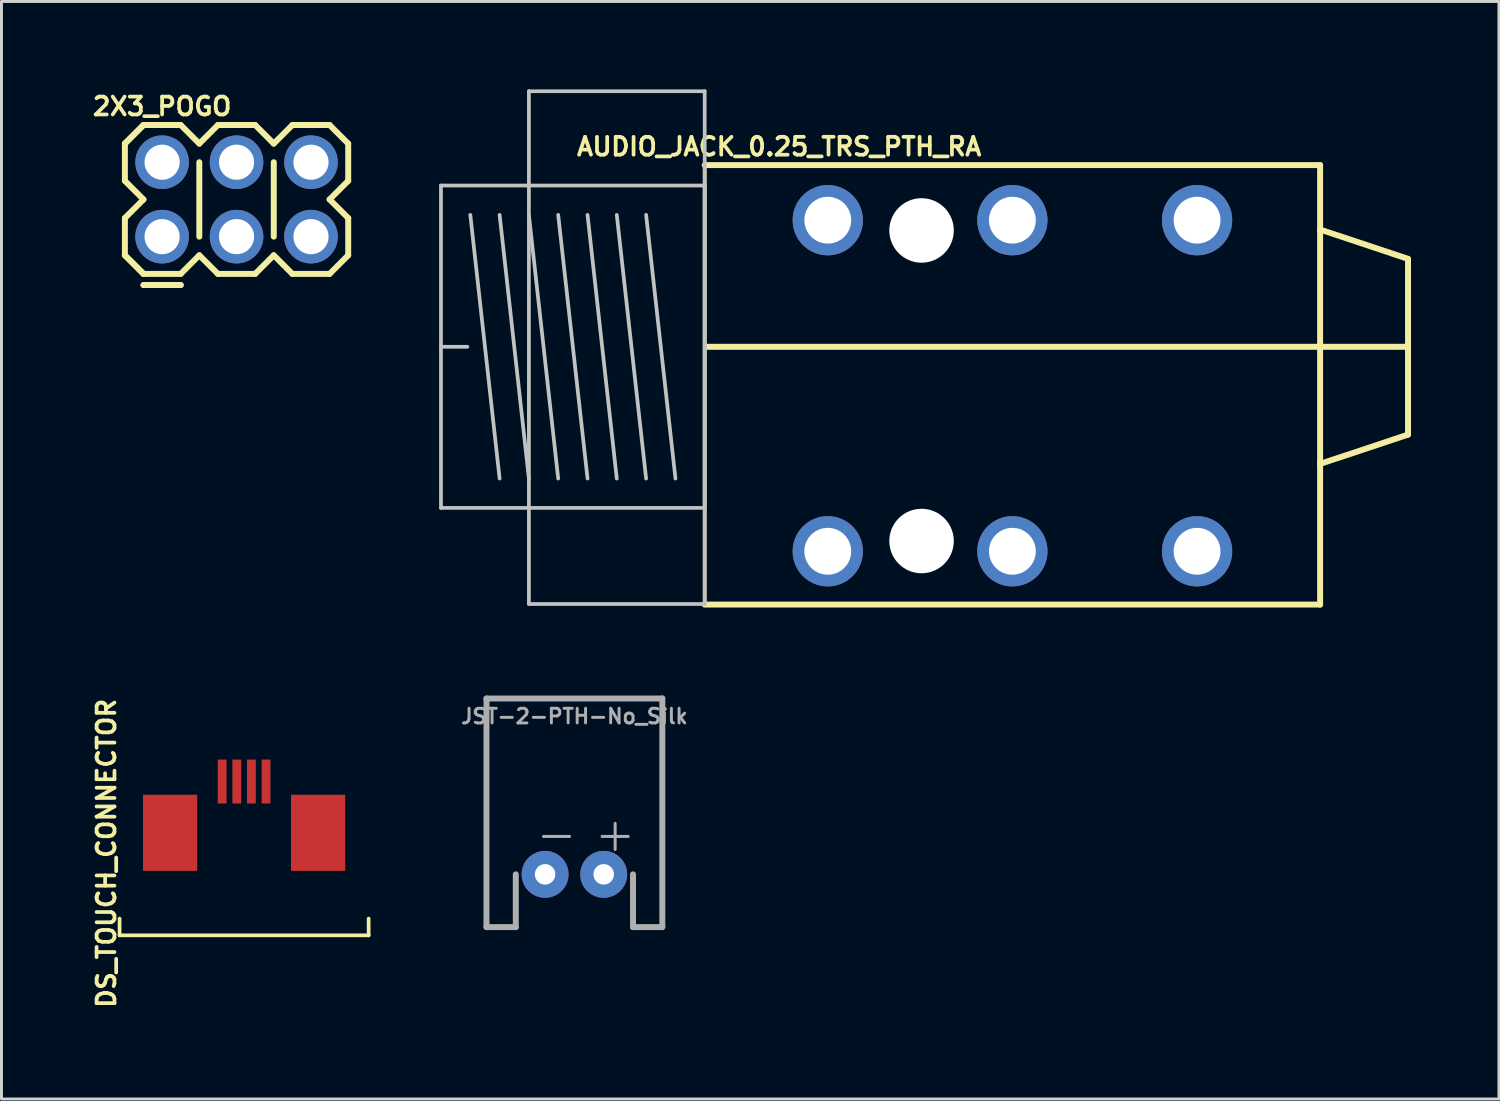
<source format=kicad_pcb>
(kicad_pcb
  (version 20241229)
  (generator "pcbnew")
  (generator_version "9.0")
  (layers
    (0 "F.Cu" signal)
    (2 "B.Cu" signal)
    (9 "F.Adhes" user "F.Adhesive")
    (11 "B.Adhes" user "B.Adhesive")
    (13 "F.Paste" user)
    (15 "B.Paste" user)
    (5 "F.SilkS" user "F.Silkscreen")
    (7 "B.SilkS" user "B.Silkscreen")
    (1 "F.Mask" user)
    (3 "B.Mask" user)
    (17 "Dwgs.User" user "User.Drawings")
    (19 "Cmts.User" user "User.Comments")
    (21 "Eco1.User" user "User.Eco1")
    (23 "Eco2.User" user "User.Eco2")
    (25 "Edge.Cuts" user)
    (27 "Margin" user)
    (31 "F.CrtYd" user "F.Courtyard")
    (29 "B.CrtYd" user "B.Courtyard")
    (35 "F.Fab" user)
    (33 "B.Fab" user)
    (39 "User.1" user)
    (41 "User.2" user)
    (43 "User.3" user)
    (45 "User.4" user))
  (footprint "DS_TOUCH_CONNECTOR"
    (layer "F.Cu")
    (at 5.279 26.065)
    (property "Reference" "DS_TOUCH_CONNECTOR" (at -4.699 0 90) (layer "F.SilkS") (effects (font (size 0.61 0.61) (thickness 0.127))))
    (attr smd)
    (fp_line (start -4.249 2.228) (end -4.249 2.799) (stroke (width 0.127) (type solid)) (layer "F.SilkS"))
    (fp_line (start -4.249 2.799) (end 4.249 2.799) (stroke (width 0.127) (type solid)) (layer "F.SilkS"))
    (fp_line (start 4.249 2.228) (end 4.249 2.799) (stroke (width 0.127) (type solid)) (layer "F.SilkS"))
    (pad "1" smd rect (at 0.749 -2.449 90) (size 1.499 0.3) (layers "F.Cu" "F.Mask" "F.Paste"))
    (pad "2" smd rect (at 0.249 -2.449 90) (size 1.499 0.3) (layers "F.Cu" "F.Mask" "F.Paste"))
    (pad "3" smd rect (at -0.249 -2.449 90) (size 1.499 0.3) (layers "F.Cu" "F.Mask" "F.Paste"))
    (pad "4" smd rect (at -0.749 -2.449 90) (size 1.499 0.3) (layers "F.Cu" "F.Mask" "F.Paste"))
    (pad "P$5" smd rect (at -2.525 -0.699) (size 1.849 2.598) (layers "F.Cu" "F.Mask" "F.Paste"))
    (pad "P$6" smd rect (at 2.525 -0.699) (size 1.849 2.598) (layers "F.Cu" "F.Mask" "F.Paste")))
  (footprint "2X3_POGO"
    (layer "F.Cu")
    (at 2.481 5.025)
    (property "Reference" "2X3_POGO" (at 0 -4.445 0) (layer "F.SilkS") (effects (font (size 0.61 0.61) (thickness 0.127))))
    (attr exclude_from_pos_files exclude_from_bom)
    (fp_line (start -1.27 -3.175) (end -0.635 -3.81) (stroke (width 0.203) (type solid)) (layer "F.SilkS"))
    (fp_line (start -1.27 -3.175) (end -0.635 -3.81) (stroke (width 0.203) (type solid)) (layer "F.SilkS"))
    (fp_line (start -1.27 -1.905) (end -1.27 -3.175) (stroke (width 0.203) (type solid)) (layer "F.SilkS"))
    (fp_line (start -1.27 -0.635) (end -0.635 -1.27) (stroke (width 0.203) (type solid)) (layer "F.SilkS"))
    (fp_line (start -1.27 0.635) (end -1.27 -0.635) (stroke (width 0.203) (type solid)) (layer "F.SilkS"))
    (fp_line (start -1.27 0.635) (end -0.635 1.27) (stroke (width 0.203) (type solid)) (layer "F.SilkS"))
    (fp_line (start -0.635 -3.81) (end 0.635 -3.81) (stroke (width 0.203) (type solid)) (layer "F.SilkS"))
    (fp_line (start -0.635 -1.27) (end -1.27 -1.905) (stroke (width 0.203) (type solid)) (layer "F.SilkS"))
    (fp_line (start -0.635 1.27) (end -1.27 0.635) (stroke (width 0.203) (type solid)) (layer "F.SilkS"))
    (fp_line (start -0.635 1.651) (end 0.635 1.651) (stroke (width 0.203) (type solid)) (layer "F.SilkS"))
    (fp_line (start 0.635 -3.81) (end 1.27 -3.175) (stroke (width 0.203) (type solid)) (layer "F.SilkS"))
    (fp_line (start 0.635 1.27) (end -0.635 1.27) (stroke (width 0.203) (type solid)) (layer "F.SilkS"))
    (fp_line (start 0.635 1.651) (end -0.635 1.651) (stroke (width 0.203) (type solid)) (layer "F.SilkS"))
    (fp_line (start 1.27 -3.175) (end 1.905 -3.81) (stroke (width 0.203) (type solid)) (layer "F.SilkS"))
    (fp_line (start 1.27 -2.54) (end 1.27 0) (stroke (width 0.203) (type solid)) (layer "F.SilkS"))
    (fp_line (start 1.27 0.635) (end 0.635 1.27) (stroke (width 0.203) (type solid)) (layer "F.SilkS"))
    (fp_line (start 1.905 -3.81) (end 3.175 -3.81) (stroke (width 0.203) (type solid)) (layer "F.SilkS"))
    (fp_line (start 1.905 1.27) (end 1.27 0.635) (stroke (width 0.203) (type solid)) (layer "F.SilkS"))
    (fp_line (start 3.175 -3.81) (end 3.81 -3.175) (stroke (width 0.203) (type solid)) (layer "F.SilkS"))
    (fp_line (start 3.175 1.27) (end 1.905 1.27) (stroke (width 0.203) (type solid)) (layer "F.SilkS"))
    (fp_line (start 3.81 -3.175) (end 4.445 -3.81) (stroke (width 0.203) (type solid)) (layer "F.SilkS"))
    (fp_line (start 3.81 -2.54) (end 3.81 0) (stroke (width 0.203) (type solid)) (layer "F.SilkS"))
    (fp_line (start 3.81 0.635) (end 3.175 1.27) (stroke (width 0.203) (type solid)) (layer "F.SilkS"))
    (fp_line (start 4.445 -3.81) (end 5.715 -3.81) (stroke (width 0.203) (type solid)) (layer "F.SilkS"))
    (fp_line (start 4.445 1.27) (end 3.81 0.635) (stroke (width 0.203) (type solid)) (layer "F.SilkS"))
    (fp_line (start 5.715 -3.81) (end 6.35 -3.175) (stroke (width 0.203) (type solid)) (layer "F.SilkS"))
    (fp_line (start 5.715 -1.27) (end 6.35 -0.635) (stroke (width 0.203) (type solid)) (layer "F.SilkS"))
    (fp_line (start 5.715 1.27) (end 4.445 1.27) (stroke (width 0.203) (type solid)) (layer "F.SilkS"))
    (fp_line (start 6.35 -3.175) (end 6.35 -1.905) (stroke (width 0.203) (type solid)) (layer "F.SilkS"))
    (fp_line (start 6.35 -1.905) (end 5.715 -1.27) (stroke (width 0.203) (type solid)) (layer "F.SilkS"))
    (fp_line (start 6.35 -0.635) (end 6.35 0.635) (stroke (width 0.203) (type solid)) (layer "F.SilkS"))
    (fp_line (start 6.35 0.635) (end 5.715 1.27) (stroke (width 0.203) (type solid)) (layer "F.SilkS"))
    (pad "P$1" thru_hole circle (at 0 0) (size 1.829 1.829) (drill 1.199) (layers "*.Cu" "*.Mask"))
    (pad "P$2" thru_hole circle (at 0 -2.54) (size 1.829 1.829) (drill 1.199) (layers "*.Cu" "*.Mask"))
    (pad "P$3" thru_hole circle (at 2.54 0) (size 1.829 1.829) (drill 1.199) (layers "*.Cu" "*.Mask"))
    (pad "P$4" thru_hole circle (at 2.54 -2.54) (size 1.829 1.829) (drill 1.199) (layers "*.Cu" "*.Mask"))
    (pad "P$5" thru_hole circle (at 5.08 0) (size 1.829 1.829) (drill 1.199) (layers "*.Cu" "*.Mask"))
    (pad "P$6" thru_hole circle (at 5.08 -2.54) (size 1.829 1.829) (drill 1.199) (layers "*.Cu" "*.Mask")))
  (footprint "JST-2-PTH-No_Silk"
    (layer "F.Cu")
    (at 16.549 26.783)
    (property "Reference" "JST-2-PTH-No_Silk" (at 0 -5.1 0) (layer "F.Fab") (effects (font (size 0.5 0.5) (thickness 0.1)) (justify bottom)))
    (fp_line (start -3 -6) (end 3 -6) (stroke (width 0.203) (type solid)) (layer "F.Fab"))
    (fp_line (start -3 1.8) (end -3 -6) (stroke (width 0.203) (type solid)) (layer "F.Fab"))
    (fp_line (start -2 0) (end -2 1.8) (stroke (width 0.203) (type solid)) (layer "F.Fab"))
    (fp_line (start -2 1.8) (end -3 1.8) (stroke (width 0.203) (type solid)) (layer "F.Fab"))
    (fp_line (start 2 1.8) (end 2 0) (stroke (width 0.203) (type solid)) (layer "F.Fab"))
    (fp_line (start 3 -6) (end 3 1.8) (stroke (width 0.203) (type solid)) (layer "F.Fab"))
    (fp_line (start 3 1.8) (end 2 1.8) (stroke (width 0.203) (type solid)) (layer "F.Fab"))
    (fp_text user "-" (at -1.4 -0.7 0) (layer "F.Fab") (effects (font (size 1.168 1.168) (thickness 0.102)) (justify left bottom)))
    (fp_text user "+" (at 0.6 -0.7 0) (layer "F.Fab") (effects (font (size 1.168 1.168) (thickness 0.102)) (justify left bottom)))
    (pad "1" thru_hole circle (at -1 0) (size 1.6 1.6) (drill 0.7) (layers "*.Cu" "*.Mask"))
    (pad "2" thru_hole circle (at 1 0) (size 1.6 1.6) (drill 0.7) (layers "*.Cu" "*.Mask")))
  (footprint "AUDIO_JACK_0.25_TRS_PTH_RA"
    (layer "F.Cu")
    (at 20.995 8.811)
    (property "Reference" "AUDIO_JACK_0.25_TRS_PTH_RA" (at 2.54 -6.858 0) (layer "F.SilkS") (effects (font (size 0.61 0.61) (thickness 0.127))))
    (attr exclude_from_pos_files exclude_from_bom)
    (fp_line (start 0 -6.228) (end 0 8.768) (stroke (width 0.127) (type solid)) (layer "F.SilkS"))
    (fp_line (start 0 8.768) (end 20.998 8.768) (stroke (width 0.203) (type solid)) (layer "F.SilkS"))
    (fp_line (start 0.094 -0.028) (end 23.998 -0.028) (stroke (width 0.203) (type solid)) (layer "F.SilkS"))
    (fp_line (start 20.998 -6.228) (end 0 -6.228) (stroke (width 0.203) (type solid)) (layer "F.SilkS"))
    (fp_line (start 20.998 -4.028) (end 20.998 -6.228) (stroke (width 0.203) (type solid)) (layer "F.SilkS"))
    (fp_line (start 20.998 3.967) (end 20.998 -4.028) (stroke (width 0.203) (type solid)) (layer "F.SilkS"))
    (fp_line (start 20.998 8.768) (end 20.998 3.967) (stroke (width 0.203) (type solid)) (layer "F.SilkS"))
    (fp_line (start 23.998 -3.028) (end 20.998 -4.028) (stroke (width 0.203) (type solid)) (layer "F.SilkS"))
    (fp_line (start 23.998 -0.028) (end 23.998 -3.028) (stroke (width 0.203) (type solid)) (layer "F.SilkS"))
    (fp_line (start 23.998 -0.028) (end 23.998 2.969) (stroke (width 0.203) (type solid)) (layer "F.SilkS"))
    (fp_line (start 23.998 2.969) (end 20.998 3.967) (stroke (width 0.203) (type solid)) (layer "F.SilkS"))
    (fp_line (start -8.999 -5.53) (end 0 -5.53) (stroke (width 0.127) (type solid)) (layer "Dwgs.User"))
    (fp_line (start -8.999 -0.028) (end -8.999 -5.53) (stroke (width 0.127) (type solid)) (layer "Dwgs.User"))
    (fp_line (start -8.999 -0.028) (end -8.098 -0.028) (stroke (width 0.127) (type solid)) (layer "Dwgs.User"))
    (fp_line (start -8.999 5.469) (end -8.999 -0.028) (stroke (width 0.127) (type solid)) (layer "Dwgs.User"))
    (fp_line (start -7.998 -4.529) (end -6.998 4.468) (stroke (width 0.127) (type solid)) (layer "Dwgs.User"))
    (fp_line (start -6.998 -4.529) (end -5.999 4.468) (stroke (width 0.127) (type solid)) (layer "Dwgs.User"))
    (fp_line (start -5.999 -8.748) (end -5.999 8.748) (stroke (width 0.127) (type solid)) (layer "Dwgs.User"))
    (fp_line (start -5.999 -8.748) (end 0 -8.748) (stroke (width 0.127) (type solid)) (layer "Dwgs.User"))
    (fp_line (start -5.999 -4.529) (end -4.999 4.468) (stroke (width 0.127) (type solid)) (layer "Dwgs.User"))
    (fp_line (start -5.999 8.748) (end 0 8.748) (stroke (width 0.127) (type solid)) (layer "Dwgs.User"))
    (fp_line (start -4.999 -4.529) (end -3.998 4.468) (stroke (width 0.127) (type solid)) (layer "Dwgs.User"))
    (fp_line (start -3.998 -4.529) (end -3 4.468) (stroke (width 0.127) (type solid)) (layer "Dwgs.User"))
    (fp_line (start -3 -4.529) (end -1.999 4.468) (stroke (width 0.127) (type solid)) (layer "Dwgs.User"))
    (fp_line (start -1.999 -4.529) (end -0.998 4.468) (stroke (width 0.127) (type solid)) (layer "Dwgs.User"))
    (fp_line (start 0 -8.748) (end 0 8.748) (stroke (width 0.127) (type solid)) (layer "Dwgs.User"))
    (fp_line (start 0 -5.53) (end 0 5.469) (stroke (width 0.127) (type solid)) (layer "Dwgs.User"))
    (fp_line (start 0 5.469) (end -8.999 5.469) (stroke (width 0.127) (type solid)) (layer "Dwgs.User"))
    (pad "" np_thru_hole circle (at 7.399 -3.998) (size 2.2 2.2) (drill 2.2) (layers "*.Cu" "*.Mask"))
    (pad "" np_thru_hole circle (at 7.399 6.599) (size 2.2 2.2) (drill 2.2) (layers "*.Cu" "*.Mask"))
    (pad "RING" thru_hole circle (at 10.498 -4.348) (size 2.398 2.398) (drill 1.598) (layers "*.Cu" "*.Mask"))
    (pad "RING" thru_hole circle (at 10.498 6.949) (size 2.398 2.398) (drill 1.598) (layers "*.Cu" "*.Mask"))
    (pad "SLEE" thru_hole circle (at 4.199 -4.348) (size 2.398 2.398) (drill 1.598) (layers "*.Cu" "*.Mask"))
    (pad "SLEE" thru_hole circle (at 4.199 6.949) (size 2.398 2.398) (drill 1.598) (layers "*.Cu" "*.Mask"))
    (pad "TIP" thru_hole circle (at 16.8 6.949) (size 2.398 2.398) (drill 1.598) (layers "*.Cu" "*.Mask"))
    (pad "TIP-" thru_hole circle (at 16.8 -4.348) (size 2.398 2.398) (drill 1.598) (layers "*.Cu" "*.Mask")))
  (gr_rect
    (start -3 -3)
    (end 48.095 34.448)
    (stroke (width 0.1) (type default))
    (fill no)
    (layer "Edge.Cuts")))
</source>
